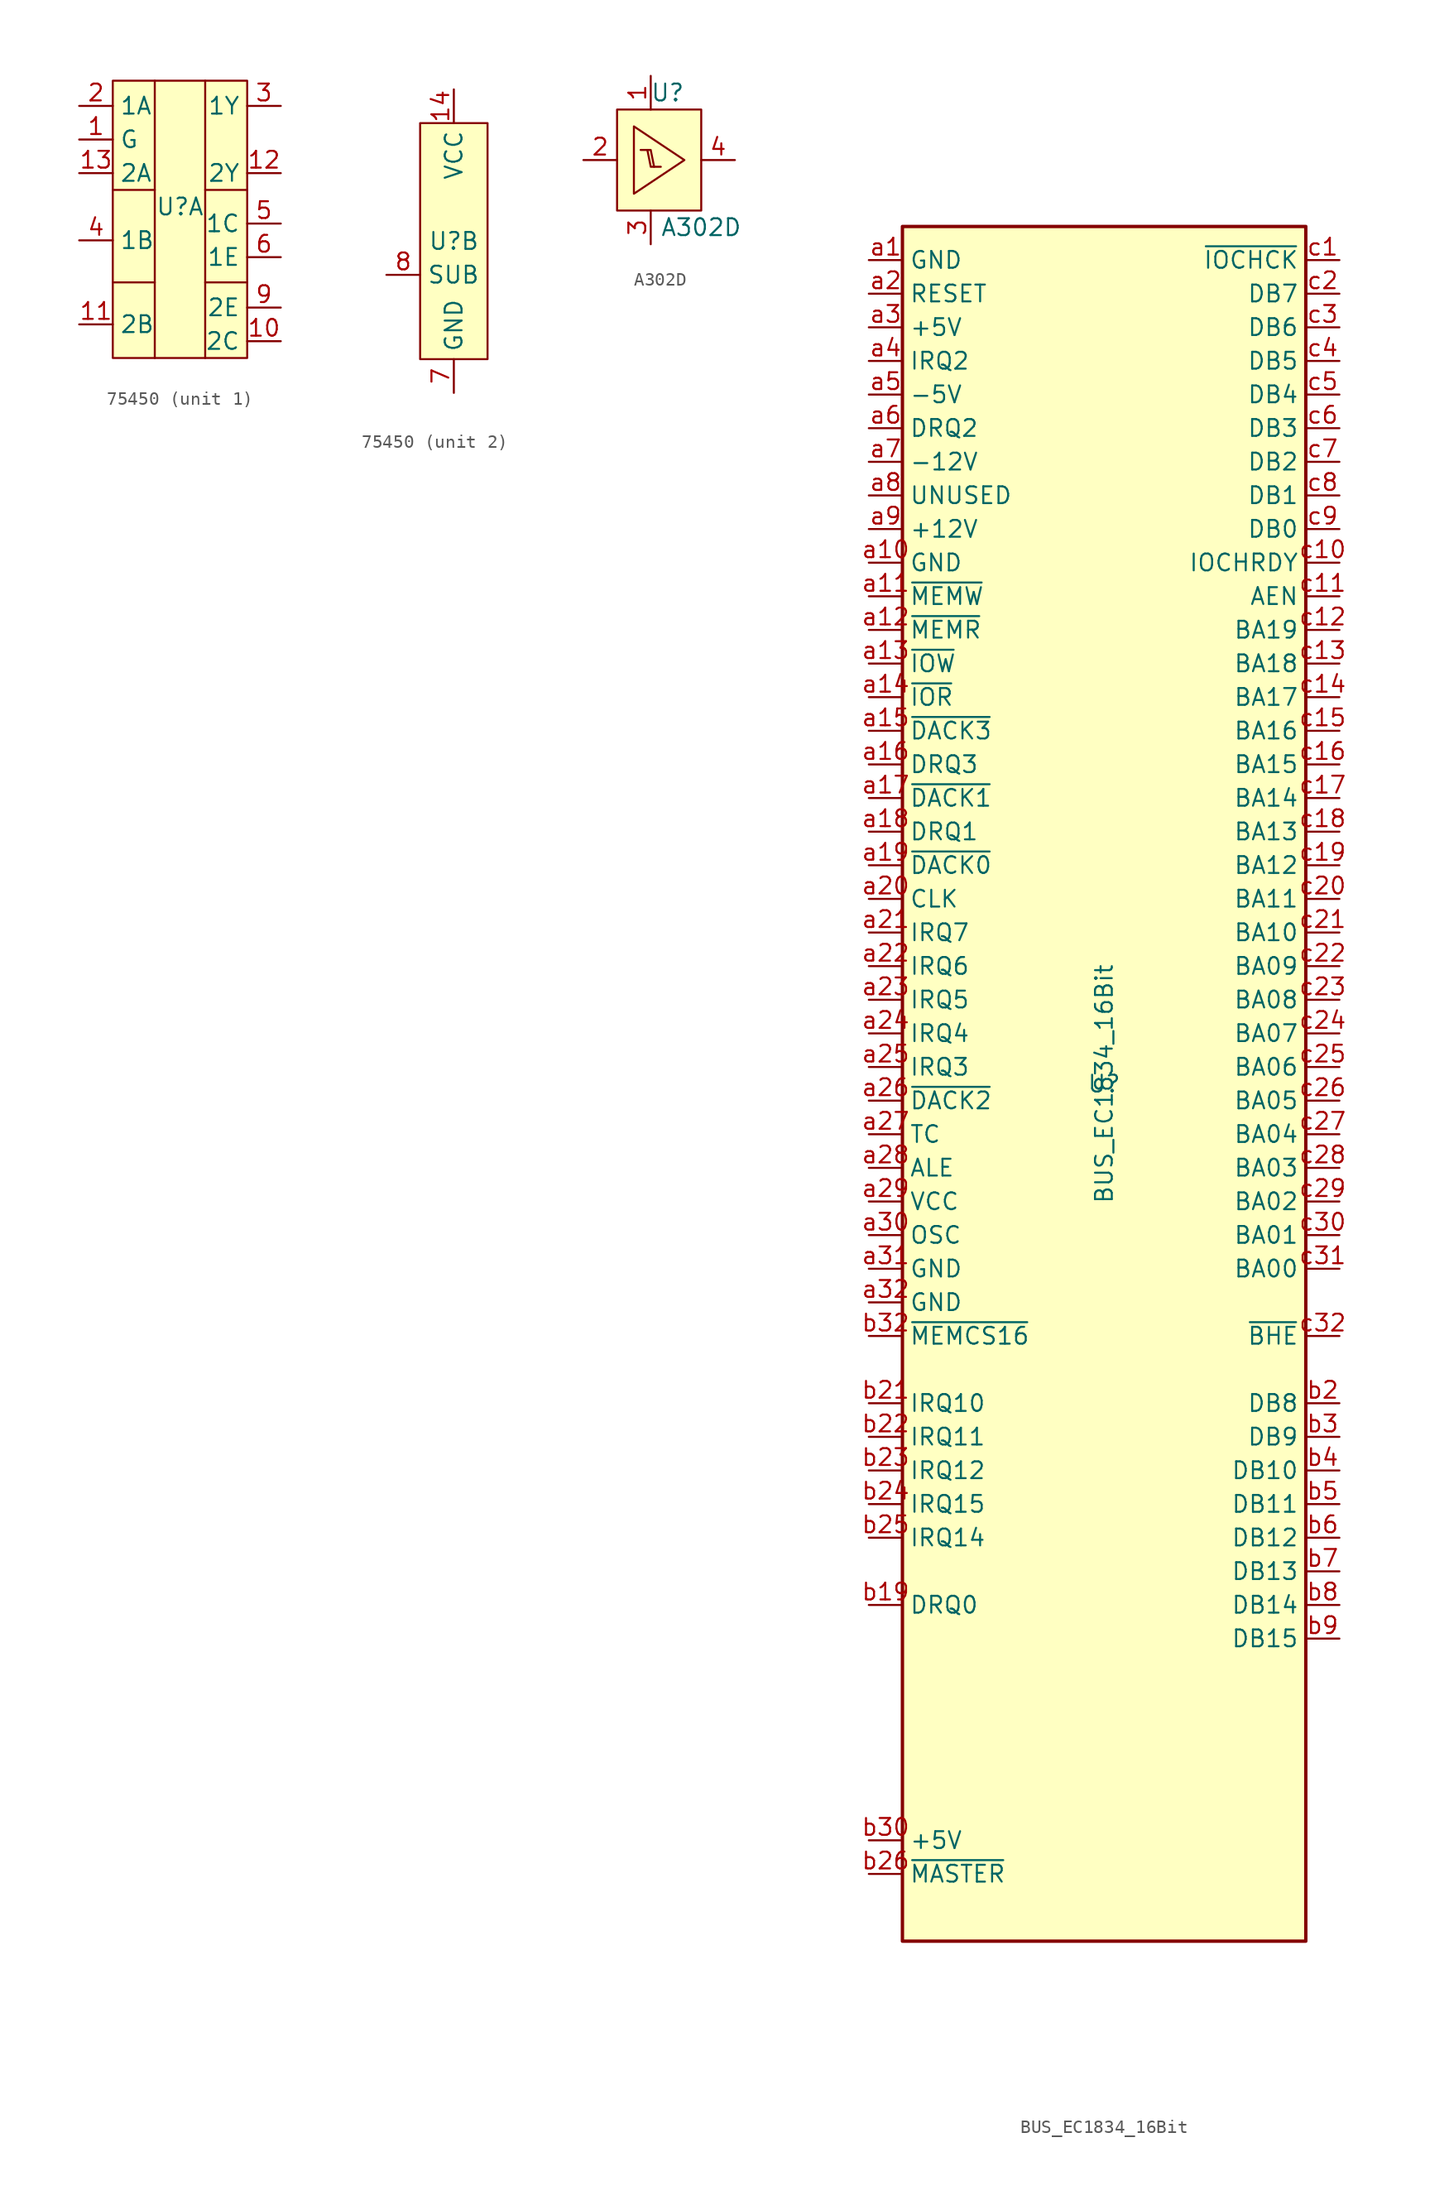
<source format=kicad_sym>
(kicad_symbol_lib
  (version 20241209)
  (generator "kicad_symbol_editor")
  (generator_version "9.0")
  (symbol "75450"
    (property "Reference" "U"
      (at 0 0 0)
      (effects (font (size 1.27 1.27))))
    (property "Value" ""
      (at 0 0 0)
      (effects (font (size 1.27 1.27))))
    (property "ki_locked" ""
      (at 0 0 0)
      (effects (font (size 1.27 1.27))))
    (symbol "75450_1_1"
      (rectangle (start -5.08 9.525) (end 5.08 -11.43) (stroke (width 0) (type solid)) (fill (type background)))
      (polyline (pts (xy -5.08 1.27) (xy -1.905 1.27)) (stroke (width 0) (type default)) (fill (type none)))
      (polyline (pts (xy -5.08 -5.715) (xy -1.905 -5.715)) (stroke (width 0) (type default)) (fill (type none)))
      (polyline (pts (xy -1.905 9.525) (xy -1.905 -11.43)) (stroke (width 0) (type default)) (fill (type none)))
      (polyline (pts (xy 1.905 1.27) (xy 5.08 1.27)) (stroke (width 0) (type default)) (fill (type none)))
      (polyline (pts (xy 1.905 -5.715) (xy 5.08 -5.715)) (stroke (width 0) (type default)) (fill (type none)))
      (polyline (pts (xy 1.905 -11.43) (xy 1.905 9.525)) (stroke (width 0) (type default)) (fill (type none)))
      (pin input line (at -7.62 7.62 0) (length 2.54) (name "1A" (effects (font (size 1.27 1.27)))) (number "2" (effects (font (size 1.27 1.27)))))
      (pin input line (at -7.62 5.08 0) (length 2.54) (name "G" (effects (font (size 1.27 1.27)))) (number "1" (effects (font (size 1.27 1.27)))))
      (pin input line (at -7.62 2.54 0) (length 2.54) (name "2A" (effects (font (size 1.27 1.27)))) (number "13" (effects (font (size 1.27 1.27)))))
      (pin input line (at -7.62 -2.54 0) (length 2.54) (name "1B" (effects (font (size 1.27 1.27)))) (number "4" (effects (font (size 1.27 1.27)))))
      (pin input line (at -7.62 -8.89 0) (length 2.54) (name "2B" (effects (font (size 1.27 1.27)))) (number "11" (effects (font (size 1.27 1.27)))))
      (pin output line (at 7.62 7.62 180) (length 2.54) (name "1Y" (effects (font (size 1.27 1.27)))) (number "3" (effects (font (size 1.27 1.27)))))
      (pin output line (at 7.62 2.54 180) (length 2.54) (name "2Y" (effects (font (size 1.27 1.27)))) (number "12" (effects (font (size 1.27 1.27)))))
      (pin open_collector line (at 7.62 -1.27 180) (length 2.54) (name "1C" (effects (font (size 1.27 1.27)))) (number "5" (effects (font (size 1.27 1.27)))))
      (pin open_emitter line (at 7.62 -3.81 180) (length 2.54) (name "1E" (effects (font (size 1.27 1.27)))) (number "6" (effects (font (size 1.27 1.27)))))
      (pin open_emitter line (at 7.62 -7.62 180) (length 2.54) (name "2E" (effects (font (size 1.27 1.27)))) (number "9" (effects (font (size 1.27 1.27)))))
      (pin open_collector line (at 7.62 -10.16 180) (length 2.54) (name "2C" (effects (font (size 1.27 1.27)))) (number "10" (effects (font (size 1.27 1.27))))))
    (symbol "75450_2_1"
      (rectangle (start -2.54 8.89) (end 2.54 -8.89) (stroke (width 0) (type solid)) (fill (type background)))
      (pin power_in line (at -5.08 -2.54 0) (length 2.54) (name "SUB" (effects (font (size 1.27 1.27)))) (number "8" (effects (font (size 1.27 1.27)))))
      (pin power_in line (at 0 11.43 270) (length 2.54) (name "VCC" (effects (font (size 1.27 1.27)))) (number "14" (effects (font (size 1.27 1.27)))))
      (pin power_in line (at 0 -11.43 90) (length 2.54) (name "GND" (effects (font (size 1.27 1.27)))) (number "7" (effects (font (size 1.27 1.27)))))))
  (symbol "A302D"
    (pin_names
      (offset 1.016))
    (property "Reference" "U"
      (at 1.27 5.08 0)
      (effects (font (size 1.27 1.27))))
    (property "Value" "A302D"
      (at 3.81 -5.08 0)
      (effects (font (size 1.27 1.27))))
    (symbol "A302D_0_1"
      (rectangle (start -2.54 3.81) (end 3.81 -3.81) (stroke (width 0) (type default)) (fill (type background)))
      (polyline (pts (xy -1.27 2.54) (xy 2.54 0) (xy -1.27 -2.54) (xy -1.27 2.54)) (stroke (width 0) (type default)) (fill (type none)))
      (polyline (pts (xy -0.762 0.762) (xy 0 0.762) (xy 0.254 -0.508)) (stroke (width 0) (type default)) (fill (type none)))
      (polyline (pts (xy -0.254 0.762) (xy 0 -0.508) (xy 0.762 -0.508)) (stroke (width 0) (type default)) (fill (type none))))
    (symbol "A302D_1_1"
      (pin input line (at -5.08 0 0) (length 2.54) (name "~" (effects (font (size 1.27 1.27)))) (number "2" (effects (font (size 1.27 1.27)))))
      (pin power_in line (at 0 6.35 270) (length 2.54) (name "~" (effects (font (size 1.27 1.27)))) (number "1" (effects (font (size 1.27 1.27)))))
      (pin power_in line (at 0 -6.35 90) (length 2.54) (name "~" (effects (font (size 1.27 1.27)))) (number "3" (effects (font (size 1.27 1.27)))))
      (pin output line (at 6.35 0 180) (length 2.54) (name "~" (effects (font (size 1.27 1.27)))) (number "4" (effects (font (size 1.27 1.27)))))))
  (symbol "BUS_EC1834_16Bit"
    (property "Reference" "U"
      (at 0 0 0)
      (effects (font (size 1.27 1.27))))
    (property "Value" "BUS_EC1834_16Bit"
      (at 0 0 90)
      (effects (font (size 1.27 1.27))))
    (symbol "BUS_EC1834_16Bit_0_1"
      (rectangle (start -15.24 -64.77) (end 15.24 64.77) (stroke (width 0.254) (type default)) (fill (type background))))
    (symbol "BUS_EC1834_16Bit_1_1"
      (pin power_in line (at -17.78 62.23 0) (length 2.54) (name "GND" (effects (font (size 1.27 1.27)))) (number "a1" (effects (font (size 1.27 1.27)))))
      (pin input line (at -17.78 59.69 0) (length 2.54) (name "RESET" (effects (font (size 1.27 1.27)))) (number "a2" (effects (font (size 1.27 1.27)))))
      (pin power_in line (at -17.78 57.15 0) (length 2.54) (name "+5V" (effects (font (size 1.27 1.27)))) (number "a3" (effects (font (size 1.27 1.27)))))
      (pin input line (at -17.78 54.61 0) (length 2.54) (name "IRQ2" (effects (font (size 1.27 1.27)))) (number "a4" (effects (font (size 1.27 1.27)))))
      (pin power_in line (at -17.78 52.07 0) (length 2.54) (name "-5V" (effects (font (size 1.27 1.27)))) (number "a5" (effects (font (size 1.27 1.27)))))
      (pin bidirectional line (at -17.78 49.53 0) (length 2.54) (name "DRQ2" (effects (font (size 1.27 1.27)))) (number "a6" (effects (font (size 1.27 1.27)))))
      (pin power_in line (at -17.78 46.99 0) (length 2.54) (name "-12V" (effects (font (size 1.27 1.27)))) (number "a7" (effects (font (size 1.27 1.27)))))
      (pin passive line (at -17.78 44.45 0) (length 2.54) (name "UNUSED" (effects (font (size 1.27 1.27)))) (number "a8" (effects (font (size 1.27 1.27)))))
      (pin power_in line (at -17.78 41.91 0) (length 2.54) (name "+12V" (effects (font (size 1.27 1.27)))) (number "a9" (effects (font (size 1.27 1.27)))))
      (pin power_in line (at -17.78 39.37 0) (length 2.54) (name "GND" (effects (font (size 1.27 1.27)))) (number "a10" (effects (font (size 1.27 1.27)))))
      (pin input line (at -17.78 36.83 0) (length 2.54) (name "~{MEMW}" (effects (font (size 1.27 1.27)))) (number "a11" (effects (font (size 1.27 1.27)))))
      (pin input line (at -17.78 34.29 0) (length 2.54) (name "~{MEMR}" (effects (font (size 1.27 1.27)))) (number "a12" (effects (font (size 1.27 1.27)))))
      (pin input line (at -17.78 31.75 0) (length 2.54) (name "~{IOW}" (effects (font (size 1.27 1.27)))) (number "a13" (effects (font (size 1.27 1.27)))))
      (pin input line (at -17.78 29.21 0) (length 2.54) (name "~{IOR}" (effects (font (size 1.27 1.27)))) (number "a14" (effects (font (size 1.27 1.27)))))
      (pin passive line (at -17.78 26.67 0) (length 2.54) (name "~{DACK3}" (effects (font (size 1.27 1.27)))) (number "a15" (effects (font (size 1.27 1.27)))))
      (pin bidirectional line (at -17.78 24.13 0) (length 2.54) (name "DRQ3" (effects (font (size 1.27 1.27)))) (number "a16" (effects (font (size 1.27 1.27)))))
      (pin passive line (at -17.78 21.59 0) (length 2.54) (name "~{DACK1}" (effects (font (size 1.27 1.27)))) (number "a17" (effects (font (size 1.27 1.27)))))
      (pin bidirectional line (at -17.78 19.05 0) (length 2.54) (name "DRQ1" (effects (font (size 1.27 1.27)))) (number "a18" (effects (font (size 1.27 1.27)))))
      (pin passive line (at -17.78 16.51 0) (length 2.54) (name "~{DACK0}" (effects (font (size 1.27 1.27)))) (number "a19" (effects (font (size 1.27 1.27)))))
      (pin input line (at -17.78 13.97 0) (length 2.54) (name "CLK" (effects (font (size 1.27 1.27)))) (number "a20" (effects (font (size 1.27 1.27)))))
      (pin passive line (at -17.78 11.43 0) (length 2.54) (name "IRQ7" (effects (font (size 1.27 1.27)))) (number "a21" (effects (font (size 1.27 1.27)))))
      (pin passive line (at -17.78 8.89 0) (length 2.54) (name "IRQ6" (effects (font (size 1.27 1.27)))) (number "a22" (effects (font (size 1.27 1.27)))))
      (pin passive line (at -17.78 6.35 0) (length 2.54) (name "IRQ5" (effects (font (size 1.27 1.27)))) (number "a23" (effects (font (size 1.27 1.27)))))
      (pin passive line (at -17.78 3.81 0) (length 2.54) (name "IRQ4" (effects (font (size 1.27 1.27)))) (number "a24" (effects (font (size 1.27 1.27)))))
      (pin passive line (at -17.78 1.27 0) (length 2.54) (name "IRQ3" (effects (font (size 1.27 1.27)))) (number "a25" (effects (font (size 1.27 1.27)))))
      (pin passive line (at -17.78 -1.27 0) (length 2.54) (name "~{DACK2}" (effects (font (size 1.27 1.27)))) (number "a26" (effects (font (size 1.27 1.27)))))
      (pin passive line (at -17.78 -3.81 0) (length 2.54) (name "TC" (effects (font (size 1.27 1.27)))) (number "a27" (effects (font (size 1.27 1.27)))))
      (pin bidirectional line (at -17.78 -6.35 0) (length 2.54) (name "ALE" (effects (font (size 1.27 1.27)))) (number "a28" (effects (font (size 1.27 1.27)))))
      (pin power_in line (at -17.78 -8.89 0) (length 2.54) (name "VCC" (effects (font (size 1.27 1.27)))) (number "a29" (effects (font (size 1.27 1.27)))))
      (pin input line (at -17.78 -11.43 0) (length 2.54) (name "OSC" (effects (font (size 1.27 1.27)))) (number "a30" (effects (font (size 1.27 1.27)))))
      (pin power_in line (at -17.78 -13.97 0) (length 2.54) (name "GND" (effects (font (size 1.27 1.27)))) (number "a31" (effects (font (size 1.27 1.27)))))
      (pin power_in line (at -17.78 -16.51 0) (length 2.54) (name "GND" (effects (font (size 1.27 1.27)))) (number "a32" (effects (font (size 1.27 1.27)))))
      (pin passive line (at -17.78 -19.05 0) (length 2.54) (name "~{MEMCS16}" (effects (font (size 1.27 1.27)))) (number "b32" (effects (font (size 1.27 1.27)))))
      (pin passive line (at -17.78 -24.13 0) (length 2.54) (name "IRQ10" (effects (font (size 1.27 1.27)))) (number "b21" (effects (font (size 1.27 1.27)))))
      (pin passive line (at -17.78 -26.67 0) (length 2.54) (name "IRQ11" (effects (font (size 1.27 1.27)))) (number "b22" (effects (font (size 1.27 1.27)))))
      (pin passive line (at -17.78 -29.21 0) (length 2.54) (name "IRQ12" (effects (font (size 1.27 1.27)))) (number "b23" (effects (font (size 1.27 1.27)))))
      (pin passive line (at -17.78 -31.75 0) (length 2.54) (name "IRQ15" (effects (font (size 1.27 1.27)))) (number "b24" (effects (font (size 1.27 1.27)))))
      (pin passive line (at -17.78 -34.29 0) (length 2.54) (name "IRQ14" (effects (font (size 1.27 1.27)))) (number "b25" (effects (font (size 1.27 1.27)))))
      (pin bidirectional line (at -17.78 -39.37 0) (length 2.54) (name "DRQ0" (effects (font (size 1.27 1.27)))) (number "b19" (effects (font (size 1.27 1.27)))))
      (pin power_in line (at -17.78 -57.15 0) (length 2.54) (name "+5V" (effects (font (size 1.27 1.27)))) (number "b30" (effects (font (size 1.27 1.27)))))
      (pin passive line (at -17.78 -59.69 0) (length 2.54) (name "~{MASTER}" (effects (font (size 1.27 1.27)))) (number "b26" (effects (font (size 1.27 1.27)))))
      (pin no_connect line (at 1.27 -20.32 180) (length 2.54) (hide yes) (name "UNUSED" (effects (font (size 1.27 1.27)))) (number "b1" (effects (font (size 1.27 1.27)))))
      (pin no_connect line (at 1.27 -22.86 180) (length 2.54) (hide yes) (name "UNUSED" (effects (font (size 1.27 1.27)))) (number "b10" (effects (font (size 1.27 1.27)))))
      (pin no_connect line (at 1.27 -25.4 180) (length 2.54) (hide yes) (name "UNUSED" (effects (font (size 1.27 1.27)))) (number "b11" (effects (font (size 1.27 1.27)))))
      (pin no_connect line (at 1.27 -27.94 180) (length 2.54) (hide yes) (name "UNUSED" (effects (font (size 1.27 1.27)))) (number "b12" (effects (font (size 1.27 1.27)))))
      (pin no_connect line (at 1.27 -30.48 180) (length 2.54) (hide yes) (name "UNUSED" (effects (font (size 1.27 1.27)))) (number "b13" (effects (font (size 1.27 1.27)))))
      (pin no_connect line (at 1.27 -33.02 180) (length 2.54) (hide yes) (name "UNUSED" (effects (font (size 1.27 1.27)))) (number "b14" (effects (font (size 1.27 1.27)))))
      (pin no_connect line (at 1.27 -35.56 180) (length 2.54) (hide yes) (name "UNUSED" (effects (font (size 1.27 1.27)))) (number "b15" (effects (font (size 1.27 1.27)))))
      (pin no_connect line (at 1.27 -38.1 180) (length 2.54) (hide yes) (name "UNUSED" (effects (font (size 1.27 1.27)))) (number "b16" (effects (font (size 1.27 1.27)))))
      (pin no_connect line (at 1.27 -40.64 180) (length 2.54) (hide yes) (name "UNUSED" (effects (font (size 1.27 1.27)))) (number "b17" (effects (font (size 1.27 1.27)))))
      (pin no_connect line (at 1.27 -43.18 180) (length 2.54) (hide yes) (name "UNUSED" (effects (font (size 1.27 1.27)))) (number "b18" (effects (font (size 1.27 1.27)))))
      (pin no_connect line (at 1.27 -45.72 180) (length 2.54) (hide yes) (name "UNUSED" (effects (font (size 1.27 1.27)))) (number "b20" (effects (font (size 1.27 1.27)))))
      (pin no_connect line (at 1.27 -48.26 180) (length 2.54) (hide yes) (name "UNUSED" (effects (font (size 1.27 1.27)))) (number "b27" (effects (font (size 1.27 1.27)))))
      (pin no_connect line (at 1.27 -50.8 180) (length 2.54) (hide yes) (name "UNUSED" (effects (font (size 1.27 1.27)))) (number "b28" (effects (font (size 1.27 1.27)))))
      (pin no_connect line (at 1.27 -53.34 180) (length 2.54) (hide yes) (name "UNUSED" (effects (font (size 1.27 1.27)))) (number "b29" (effects (font (size 1.27 1.27)))))
      (pin no_connect line (at 1.27 -55.88 180) (length 2.54) (hide yes) (name "UNUSED" (effects (font (size 1.27 1.27)))) (number "b31" (effects (font (size 1.27 1.27)))))
      (pin passive line (at 17.78 62.23 180) (length 2.54) (name "~{IOCHCK}" (effects (font (size 1.27 1.27)))) (number "c1" (effects (font (size 1.27 1.27)))))
      (pin tri_state line (at 17.78 59.69 180) (length 2.54) (name "DB7" (effects (font (size 1.27 1.27)))) (number "c2" (effects (font (size 1.27 1.27)))))
      (pin tri_state line (at 17.78 57.15 180) (length 2.54) (name "DB6" (effects (font (size 1.27 1.27)))) (number "c3" (effects (font (size 1.27 1.27)))))
      (pin tri_state line (at 17.78 54.61 180) (length 2.54) (name "DB5" (effects (font (size 1.27 1.27)))) (number "c4" (effects (font (size 1.27 1.27)))))
      (pin tri_state line (at 17.78 52.07 180) (length 2.54) (name "DB4" (effects (font (size 1.27 1.27)))) (number "c5" (effects (font (size 1.27 1.27)))))
      (pin tri_state line (at 17.78 49.53 180) (length 2.54) (name "DB3" (effects (font (size 1.27 1.27)))) (number "c6" (effects (font (size 1.27 1.27)))))
      (pin tri_state line (at 17.78 46.99 180) (length 2.54) (name "DB2" (effects (font (size 1.27 1.27)))) (number "c7" (effects (font (size 1.27 1.27)))))
      (pin tri_state line (at 17.78 44.45 180) (length 2.54) (name "DB1" (effects (font (size 1.27 1.27)))) (number "c8" (effects (font (size 1.27 1.27)))))
      (pin tri_state line (at 17.78 41.91 180) (length 2.54) (name "DB0" (effects (font (size 1.27 1.27)))) (number "c9" (effects (font (size 1.27 1.27)))))
      (pin passive line (at 17.78 39.37 180) (length 2.54) (name "IOCHRDY" (effects (font (size 1.27 1.27)))) (number "c10" (effects (font (size 1.27 1.27)))))
      (pin input line (at 17.78 36.83 180) (length 2.54) (name "AEN" (effects (font (size 1.27 1.27)))) (number "c11" (effects (font (size 1.27 1.27)))))
      (pin tri_state line (at 17.78 34.29 180) (length 2.54) (name "BA19" (effects (font (size 1.27 1.27)))) (number "c12" (effects (font (size 1.27 1.27)))))
      (pin tri_state line (at 17.78 31.75 180) (length 2.54) (name "BA18" (effects (font (size 1.27 1.27)))) (number "c13" (effects (font (size 1.27 1.27)))))
      (pin tri_state line (at 17.78 29.21 180) (length 2.54) (name "BA17" (effects (font (size 1.27 1.27)))) (number "c14" (effects (font (size 1.27 1.27)))))
      (pin tri_state line (at 17.78 26.67 180) (length 2.54) (name "BA16" (effects (font (size 1.27 1.27)))) (number "c15" (effects (font (size 1.27 1.27)))))
      (pin tri_state line (at 17.78 24.13 180) (length 2.54) (name "BA15" (effects (font (size 1.27 1.27)))) (number "c16" (effects (font (size 1.27 1.27)))))
      (pin tri_state line (at 17.78 21.59 180) (length 2.54) (name "BA14" (effects (font (size 1.27 1.27)))) (number "c17" (effects (font (size 1.27 1.27)))))
      (pin tri_state line (at 17.78 19.05 180) (length 2.54) (name "BA13" (effects (font (size 1.27 1.27)))) (number "c18" (effects (font (size 1.27 1.27)))))
      (pin tri_state line (at 17.78 16.51 180) (length 2.54) (name "BA12" (effects (font (size 1.27 1.27)))) (number "c19" (effects (font (size 1.27 1.27)))))
      (pin tri_state line (at 17.78 13.97 180) (length 2.54) (name "BA11" (effects (font (size 1.27 1.27)))) (number "c20" (effects (font (size 1.27 1.27)))))
      (pin tri_state line (at 17.78 11.43 180) (length 2.54) (name "BA10" (effects (font (size 1.27 1.27)))) (number "c21" (effects (font (size 1.27 1.27)))))
      (pin tri_state line (at 17.78 8.89 180) (length 2.54) (name "BA09" (effects (font (size 1.27 1.27)))) (number "c22" (effects (font (size 1.27 1.27)))))
      (pin tri_state line (at 17.78 6.35 180) (length 2.54) (name "BA08" (effects (font (size 1.27 1.27)))) (number "c23" (effects (font (size 1.27 1.27)))))
      (pin tri_state line (at 17.78 3.81 180) (length 2.54) (name "BA07" (effects (font (size 1.27 1.27)))) (number "c24" (effects (font (size 1.27 1.27)))))
      (pin tri_state line (at 17.78 1.27 180) (length 2.54) (name "BA06" (effects (font (size 1.27 1.27)))) (number "c25" (effects (font (size 1.27 1.27)))))
      (pin tri_state line (at 17.78 -1.27 180) (length 2.54) (name "BA05" (effects (font (size 1.27 1.27)))) (number "c26" (effects (font (size 1.27 1.27)))))
      (pin tri_state line (at 17.78 -3.81 180) (length 2.54) (name "BA04" (effects (font (size 1.27 1.27)))) (number "c27" (effects (font (size 1.27 1.27)))))
      (pin tri_state line (at 17.78 -6.35 180) (length 2.54) (name "BA03" (effects (font (size 1.27 1.27)))) (number "c28" (effects (font (size 1.27 1.27)))))
      (pin tri_state line (at 17.78 -8.89 180) (length 2.54) (name "BA02" (effects (font (size 1.27 1.27)))) (number "c29" (effects (font (size 1.27 1.27)))))
      (pin tri_state line (at 17.78 -11.43 180) (length 2.54) (name "BA01" (effects (font (size 1.27 1.27)))) (number "c30" (effects (font (size 1.27 1.27)))))
      (pin tri_state line (at 17.78 -13.97 180) (length 2.54) (name "BA00" (effects (font (size 1.27 1.27)))) (number "c31" (effects (font (size 1.27 1.27)))))
      (pin passive line (at 17.78 -19.05 180) (length 2.54) (name "~{BHE}" (effects (font (size 1.27 1.27)))) (number "c32" (effects (font (size 1.27 1.27)))))
      (pin tri_state line (at 17.78 -24.13 180) (length 2.54) (name "DB8" (effects (font (size 1.27 1.27)))) (number "b2" (effects (font (size 1.27 1.27)))))
      (pin tri_state line (at 17.78 -26.67 180) (length 2.54) (name "DB9" (effects (font (size 1.27 1.27)))) (number "b3" (effects (font (size 1.27 1.27)))))
      (pin tri_state line (at 17.78 -29.21 180) (length 2.54) (name "DB10" (effects (font (size 1.27 1.27)))) (number "b4" (effects (font (size 1.27 1.27)))))
      (pin tri_state line (at 17.78 -31.75 180) (length 2.54) (name "DB11" (effects (font (size 1.27 1.27)))) (number "b5" (effects (font (size 1.27 1.27)))))
      (pin tri_state line (at 17.78 -34.29 180) (length 2.54) (name "DB12" (effects (font (size 1.27 1.27)))) (number "b6" (effects (font (size 1.27 1.27)))))
      (pin tri_state line (at 17.78 -36.83 180) (length 2.54) (name "DB13" (effects (font (size 1.27 1.27)))) (number "b7" (effects (font (size 1.27 1.27)))))
      (pin tri_state line (at 17.78 -39.37 180) (length 2.54) (name "DB14" (effects (font (size 1.27 1.27)))) (number "b8" (effects (font (size 1.27 1.27)))))
      (pin tri_state line (at 17.78 -41.91 180) (length 2.54) (name "DB15" (effects (font (size 1.27 1.27)))) (number "b9" (effects (font (size 1.27 1.27))))))))
</source>
